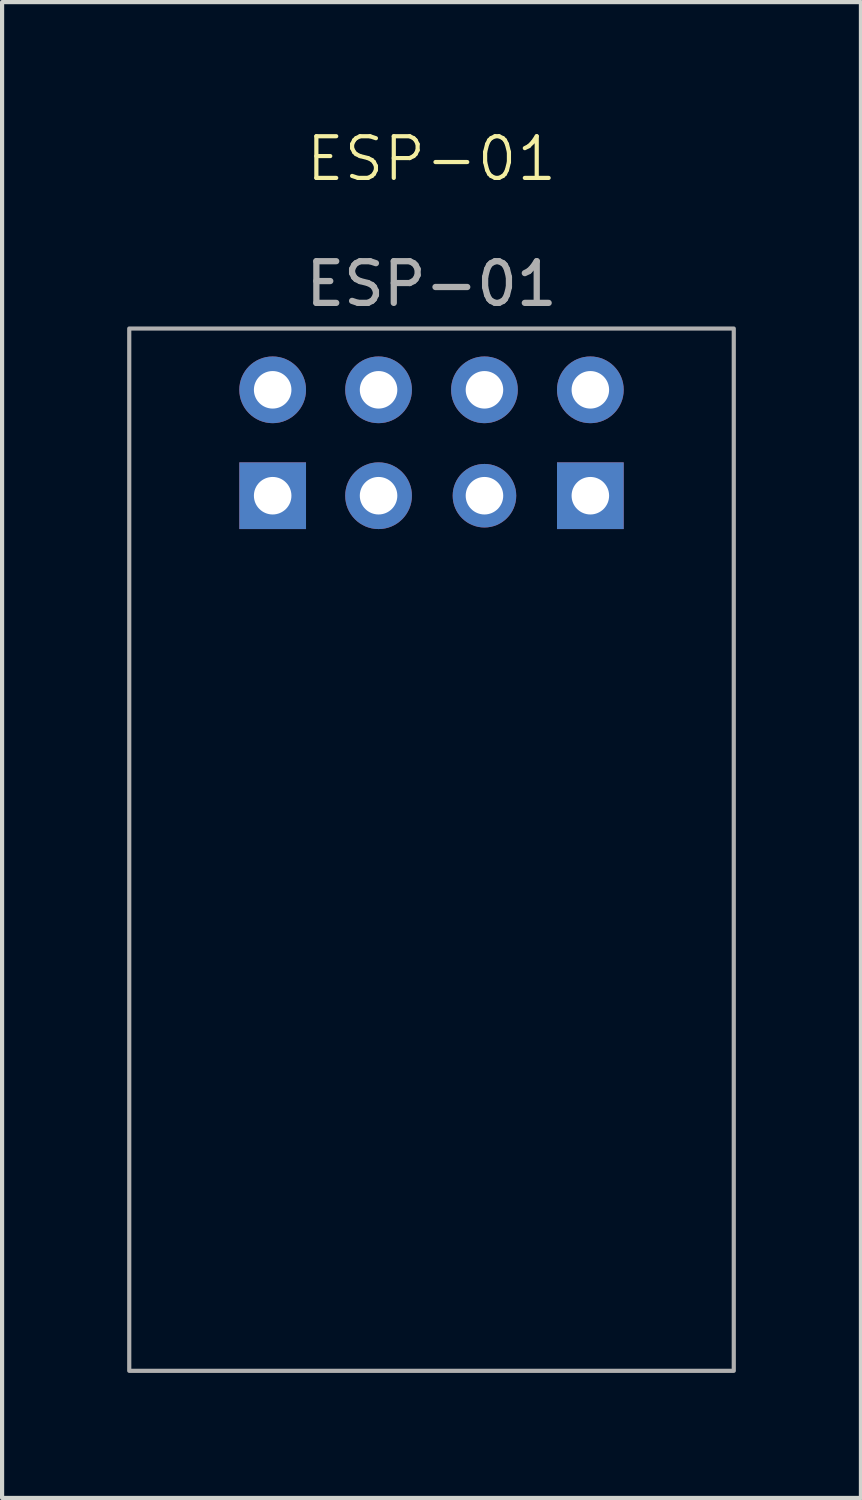
<source format=kicad_pcb>
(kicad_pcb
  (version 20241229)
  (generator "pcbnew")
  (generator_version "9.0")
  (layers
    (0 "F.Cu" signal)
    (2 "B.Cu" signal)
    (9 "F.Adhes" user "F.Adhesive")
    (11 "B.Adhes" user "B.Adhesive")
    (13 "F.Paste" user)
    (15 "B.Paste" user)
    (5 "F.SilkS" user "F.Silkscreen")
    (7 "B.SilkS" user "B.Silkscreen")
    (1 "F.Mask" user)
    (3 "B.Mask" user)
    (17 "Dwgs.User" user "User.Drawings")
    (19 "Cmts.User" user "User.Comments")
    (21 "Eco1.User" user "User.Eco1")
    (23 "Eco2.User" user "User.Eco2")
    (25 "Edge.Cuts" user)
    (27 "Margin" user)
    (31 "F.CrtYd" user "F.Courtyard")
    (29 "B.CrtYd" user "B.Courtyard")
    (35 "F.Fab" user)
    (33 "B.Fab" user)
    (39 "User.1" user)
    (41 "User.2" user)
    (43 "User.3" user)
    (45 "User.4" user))
  (footprint "ESP-01"
    (layer "F.Cu")
    (at 7.3 5.03)
    (property "Reference" "ESP-01" (at 0 -4.27 0) (unlocked yes) (layer "F.SilkS") (effects (font (size 1 1) (thickness 0.1))))
    (attr through_hole)
    (fp_rect (start -7.25 -0.2) (end 7.25 24.8) (stroke (width 0.1) (type default)) (fill no) (layer "F.Fab"))
    (fp_text user "${REFERENCE}" (at 0 -1.27 0) (unlocked yes) (layer "F.Fab") (effects (font (size 1 1) (thickness 0.15))))
    (pad "1" thru_hole rect (at -3.81 3.81) (size 1.6 1.6) (drill 0.9) (layers "*.Cu" "*.Mask"))
    (pad "2" thru_hole circle (at -1.27 3.81) (size 1.6 1.6) (drill 0.9) (layers "*.Cu" "*.Mask"))
    (pad "3" thru_hole circle (at 1.27 3.81) (size 1.524 1.524) (drill 0.9) (layers "*.Cu" "*.Mask"))
    (pad "4" thru_hole rect (at 3.81 3.81) (size 1.6 1.6) (drill 0.9) (layers "*.Cu" "*.Mask"))
    (pad "5" thru_hole circle (at 3.81 1.27) (size 1.6 1.6) (drill 0.9) (layers "*.Cu" "*.Mask"))
    (pad "6" thru_hole circle (at 1.27 1.27) (size 1.6 1.6) (drill 0.9) (layers "*.Cu" "*.Mask"))
    (pad "7" thru_hole circle (at -1.27 1.27) (size 1.6 1.6) (drill 0.9) (layers "*.Cu" "*.Mask"))
    (pad "8" thru_hole circle (at -3.81 1.27) (size 1.6 1.6) (drill 0.9) (layers "*.Cu" "*.Mask")))
  (gr_rect
    (start -3 -3)
    (end 17.6 32.88)
    (stroke (width 0.1) (type default))
    (fill no)
    (layer "Edge.Cuts")))
</source>
